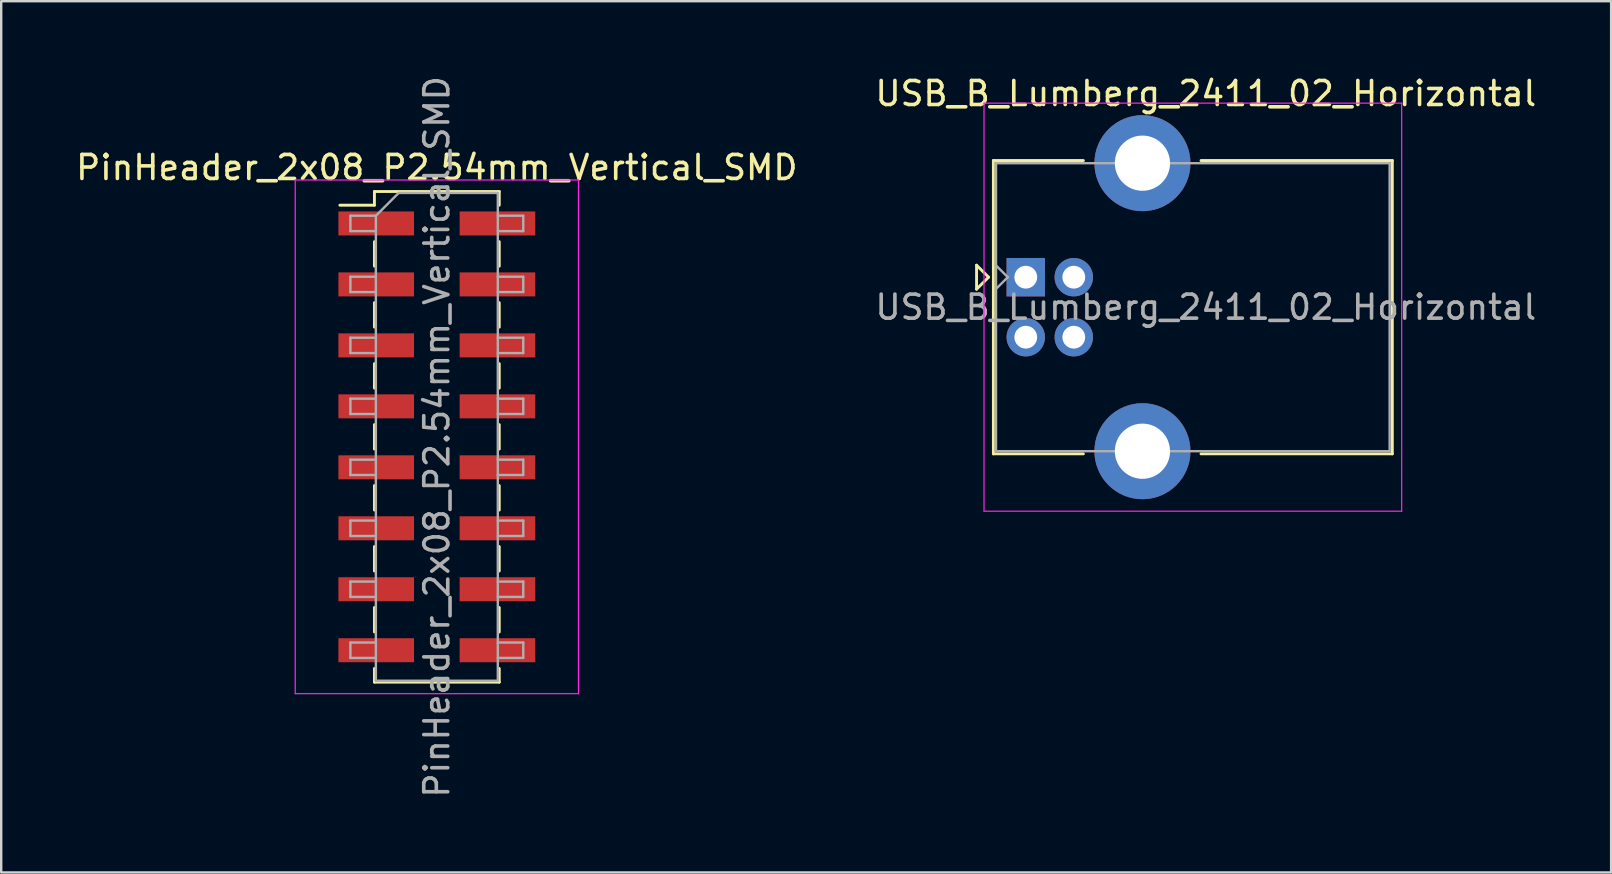
<source format=kicad_pcb>
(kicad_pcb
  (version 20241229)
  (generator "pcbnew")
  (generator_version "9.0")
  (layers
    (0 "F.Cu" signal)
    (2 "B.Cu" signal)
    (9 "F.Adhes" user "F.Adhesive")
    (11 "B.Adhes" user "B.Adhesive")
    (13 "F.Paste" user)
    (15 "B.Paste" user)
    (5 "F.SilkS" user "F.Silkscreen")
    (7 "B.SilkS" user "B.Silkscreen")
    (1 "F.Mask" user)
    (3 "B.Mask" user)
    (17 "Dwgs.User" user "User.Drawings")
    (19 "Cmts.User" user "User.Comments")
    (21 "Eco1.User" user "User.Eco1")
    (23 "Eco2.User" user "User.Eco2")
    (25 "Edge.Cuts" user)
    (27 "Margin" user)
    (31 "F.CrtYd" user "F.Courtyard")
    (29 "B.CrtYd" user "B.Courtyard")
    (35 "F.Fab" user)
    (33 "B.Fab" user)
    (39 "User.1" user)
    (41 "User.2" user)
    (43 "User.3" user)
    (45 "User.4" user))
  (footprint "USB_B_Lumberg_2411_02_Horizontal"
    (layer "F.Cu")
    (at 39.685 8.498)
    (property "Reference" "USB_B_Lumberg_2411_02_Horizontal" (at 7.5 -7.65 180) (layer "F.SilkS") (effects (font (size 1 1) (thickness 0.15))))
    (attr through_hole)
    (fp_line (start -2.05 -0.5) (end -2.05 0.5) (stroke (width 0.12) (type solid)) (layer "F.SilkS"))
    (fp_line (start -2.05 0.5) (end -1.55 0) (stroke (width 0.12) (type solid)) (layer "F.SilkS"))
    (fp_line (start -1.55 0) (end -2.05 -0.5) (stroke (width 0.12) (type solid)) (layer "F.SilkS"))
    (fp_line (start -1.35 -4.86) (end 2.4 -4.86) (stroke (width 0.12) (type solid)) (layer "F.SilkS"))
    (fp_line (start -1.35 7.36) (end -1.35 -4.86) (stroke (width 0.12) (type solid)) (layer "F.SilkS"))
    (fp_line (start -1.35 7.36) (end 2.4 7.36) (stroke (width 0.12) (type solid)) (layer "F.SilkS"))
    (fp_line (start 15.27 -4.86) (end 7.3 -4.86) (stroke (width 0.12) (type solid)) (layer "F.SilkS"))
    (fp_line (start 15.27 7.36) (end 7.3 7.36) (stroke (width 0.12) (type solid)) (layer "F.SilkS"))
    (fp_line (start 15.27 7.36) (end 15.27 -4.86) (stroke (width 0.12) (type solid)) (layer "F.SilkS"))
    (fp_line (start -1.74 -7.25) (end -1.74 9.75) (stroke (width 0.05) (type solid)) (layer "F.CrtYd"))
    (fp_line (start -1.74 9.75) (end 15.66 9.75) (stroke (width 0.05) (type solid)) (layer "F.CrtYd"))
    (fp_line (start 15.66 -7.25) (end -1.74 -7.25) (stroke (width 0.05) (type solid)) (layer "F.CrtYd"))
    (fp_line (start 15.66 9.75) (end 15.66 -7.25) (stroke (width 0.05) (type solid)) (layer "F.CrtYd"))
    (fp_line (start -1.24 -4.75) (end 15.16 -4.75) (stroke (width 0.1) (type solid)) (layer "F.Fab"))
    (fp_line (start -1.24 0.49) (end -0.75 0) (stroke (width 0.1) (type solid)) (layer "F.Fab"))
    (fp_line (start -1.24 7.25) (end -1.24 -4.75) (stroke (width 0.1) (type solid)) (layer "F.Fab"))
    (fp_line (start -0.75 0) (end -1.24 -0.49) (stroke (width 0.1) (type solid)) (layer "F.Fab"))
    (fp_line (start 15.16 -4.75) (end 15.16 7.25) (stroke (width 0.1) (type solid)) (layer "F.Fab"))
    (fp_line (start 15.16 7.25) (end -1.24 7.25) (stroke (width 0.1) (type solid)) (layer "F.Fab"))
    (fp_text user "${REFERENCE}" (at 7.5 1.25 0) (layer "F.Fab") (effects (font (size 1 1) (thickness 0.15))))
    (pad "1" thru_hole rect (at 0 0 90) (size 1.6 1.6) (drill 0.95) (layers "*.Cu" "*.Mask"))
    (pad "2" thru_hole circle (at 0 2.5 90) (size 1.6 1.6) (drill 0.95) (layers "*.Cu" "*.Mask"))
    (pad "3" thru_hole circle (at 2 2.5 90) (size 1.6 1.6) (drill 0.95) (layers "*.Cu" "*.Mask"))
    (pad "4" thru_hole circle (at 2 0 90) (size 1.6 1.6) (drill 0.95) (layers "*.Cu" "*.Mask"))
    (pad "5" thru_hole circle (at 4.86 -4.75 90) (size 4 4) (drill 2.3) (layers "*.Cu" "*.Mask"))
    (pad "5" thru_hole circle (at 4.86 7.25 90) (size 4 4) (drill 2.3) (layers "*.Cu" "*.Mask")))
  (footprint "PinHeader_2x08_P2.54mm_Vertical_SMD"
    (layer "F.Cu")
    (at 15.149 15.149)
    (property "Reference" "PinHeader_2x08_P2.54mm_Vertical_SMD" (at 0 -11.22 0) (layer "F.SilkS") (effects (font (size 1 1) (thickness 0.15))))
    (attr smd)
    (fp_line (start -4.04 -9.65) (end -2.6 -9.65) (stroke (width 0.12) (type solid)) (layer "F.SilkS"))
    (fp_line (start -2.6 -10.22) (end -2.6 -9.65) (stroke (width 0.12) (type solid)) (layer "F.SilkS"))
    (fp_line (start -2.6 -10.22) (end 2.6 -10.22) (stroke (width 0.12) (type solid)) (layer "F.SilkS"))
    (fp_line (start -2.6 -8.13) (end -2.6 -7.11) (stroke (width 0.12) (type solid)) (layer "F.SilkS"))
    (fp_line (start -2.6 -5.59) (end -2.6 -4.57) (stroke (width 0.12) (type solid)) (layer "F.SilkS"))
    (fp_line (start -2.6 -3.05) (end -2.6 -2.03) (stroke (width 0.12) (type solid)) (layer "F.SilkS"))
    (fp_line (start -2.6 -0.51) (end -2.6 0.51) (stroke (width 0.12) (type solid)) (layer "F.SilkS"))
    (fp_line (start -2.6 2.03) (end -2.6 3.05) (stroke (width 0.12) (type solid)) (layer "F.SilkS"))
    (fp_line (start -2.6 4.57) (end -2.6 5.59) (stroke (width 0.12) (type solid)) (layer "F.SilkS"))
    (fp_line (start -2.6 7.11) (end -2.6 8.13) (stroke (width 0.12) (type solid)) (layer "F.SilkS"))
    (fp_line (start -2.6 9.65) (end -2.6 10.22) (stroke (width 0.12) (type solid)) (layer "F.SilkS"))
    (fp_line (start -2.6 10.22) (end 2.6 10.22) (stroke (width 0.12) (type solid)) (layer "F.SilkS"))
    (fp_line (start 2.6 -10.22) (end 2.6 -9.65) (stroke (width 0.12) (type solid)) (layer "F.SilkS"))
    (fp_line (start 2.6 -8.13) (end 2.6 -7.11) (stroke (width 0.12) (type solid)) (layer "F.SilkS"))
    (fp_line (start 2.6 -5.59) (end 2.6 -4.57) (stroke (width 0.12) (type solid)) (layer "F.SilkS"))
    (fp_line (start 2.6 -3.05) (end 2.6 -2.03) (stroke (width 0.12) (type solid)) (layer "F.SilkS"))
    (fp_line (start 2.6 -0.51) (end 2.6 0.51) (stroke (width 0.12) (type solid)) (layer "F.SilkS"))
    (fp_line (start 2.6 2.03) (end 2.6 3.05) (stroke (width 0.12) (type solid)) (layer "F.SilkS"))
    (fp_line (start 2.6 4.57) (end 2.6 5.59) (stroke (width 0.12) (type solid)) (layer "F.SilkS"))
    (fp_line (start 2.6 7.11) (end 2.6 8.13) (stroke (width 0.12) (type solid)) (layer "F.SilkS"))
    (fp_line (start 2.6 9.65) (end 2.6 10.22) (stroke (width 0.12) (type solid)) (layer "F.SilkS"))
    (fp_line (start -5.9 -10.7) (end -5.9 10.7) (stroke (width 0.05) (type solid)) (layer "F.CrtYd"))
    (fp_line (start -5.9 10.7) (end 5.9 10.7) (stroke (width 0.05) (type solid)) (layer "F.CrtYd"))
    (fp_line (start 5.9 -10.7) (end -5.9 -10.7) (stroke (width 0.05) (type solid)) (layer "F.CrtYd"))
    (fp_line (start 5.9 10.7) (end 5.9 -10.7) (stroke (width 0.05) (type solid)) (layer "F.CrtYd"))
    (fp_line (start -3.6 -9.21) (end -3.6 -8.57) (stroke (width 0.1) (type solid)) (layer "F.Fab"))
    (fp_line (start -3.6 -8.57) (end -2.54 -8.57) (stroke (width 0.1) (type solid)) (layer "F.Fab"))
    (fp_line (start -3.6 -6.67) (end -3.6 -6.03) (stroke (width 0.1) (type solid)) (layer "F.Fab"))
    (fp_line (start -3.6 -6.03) (end -2.54 -6.03) (stroke (width 0.1) (type solid)) (layer "F.Fab"))
    (fp_line (start -3.6 -4.13) (end -3.6 -3.49) (stroke (width 0.1) (type solid)) (layer "F.Fab"))
    (fp_line (start -3.6 -3.49) (end -2.54 -3.49) (stroke (width 0.1) (type solid)) (layer "F.Fab"))
    (fp_line (start -3.6 -1.59) (end -3.6 -0.95) (stroke (width 0.1) (type solid)) (layer "F.Fab"))
    (fp_line (start -3.6 -0.95) (end -2.54 -0.95) (stroke (width 0.1) (type solid)) (layer "F.Fab"))
    (fp_line (start -3.6 0.95) (end -3.6 1.59) (stroke (width 0.1) (type solid)) (layer "F.Fab"))
    (fp_line (start -3.6 1.59) (end -2.54 1.59) (stroke (width 0.1) (type solid)) (layer "F.Fab"))
    (fp_line (start -3.6 3.49) (end -3.6 4.13) (stroke (width 0.1) (type solid)) (layer "F.Fab"))
    (fp_line (start -3.6 4.13) (end -2.54 4.13) (stroke (width 0.1) (type solid)) (layer "F.Fab"))
    (fp_line (start -3.6 6.03) (end -3.6 6.67) (stroke (width 0.1) (type solid)) (layer "F.Fab"))
    (fp_line (start -3.6 6.67) (end -2.54 6.67) (stroke (width 0.1) (type solid)) (layer "F.Fab"))
    (fp_line (start -3.6 8.57) (end -3.6 9.21) (stroke (width 0.1) (type solid)) (layer "F.Fab"))
    (fp_line (start -3.6 9.21) (end -2.54 9.21) (stroke (width 0.1) (type solid)) (layer "F.Fab"))
    (fp_line (start -2.54 -9.21) (end -3.6 -9.21) (stroke (width 0.1) (type solid)) (layer "F.Fab"))
    (fp_line (start -2.54 -9.21) (end -1.59 -10.16) (stroke (width 0.1) (type solid)) (layer "F.Fab"))
    (fp_line (start -2.54 -6.67) (end -3.6 -6.67) (stroke (width 0.1) (type solid)) (layer "F.Fab"))
    (fp_line (start -2.54 -4.13) (end -3.6 -4.13) (stroke (width 0.1) (type solid)) (layer "F.Fab"))
    (fp_line (start -2.54 -1.59) (end -3.6 -1.59) (stroke (width 0.1) (type solid)) (layer "F.Fab"))
    (fp_line (start -2.54 0.95) (end -3.6 0.95) (stroke (width 0.1) (type solid)) (layer "F.Fab"))
    (fp_line (start -2.54 3.49) (end -3.6 3.49) (stroke (width 0.1) (type solid)) (layer "F.Fab"))
    (fp_line (start -2.54 6.03) (end -3.6 6.03) (stroke (width 0.1) (type solid)) (layer "F.Fab"))
    (fp_line (start -2.54 8.57) (end -3.6 8.57) (stroke (width 0.1) (type solid)) (layer "F.Fab"))
    (fp_line (start -2.54 10.16) (end -2.54 -9.21) (stroke (width 0.1) (type solid)) (layer "F.Fab"))
    (fp_line (start -1.59 -10.16) (end 2.54 -10.16) (stroke (width 0.1) (type solid)) (layer "F.Fab"))
    (fp_line (start 2.54 -10.16) (end 2.54 10.16) (stroke (width 0.1) (type solid)) (layer "F.Fab"))
    (fp_line (start 2.54 -9.21) (end 3.6 -9.21) (stroke (width 0.1) (type solid)) (layer "F.Fab"))
    (fp_line (start 2.54 -6.67) (end 3.6 -6.67) (stroke (width 0.1) (type solid)) (layer "F.Fab"))
    (fp_line (start 2.54 -4.13) (end 3.6 -4.13) (stroke (width 0.1) (type solid)) (layer "F.Fab"))
    (fp_line (start 2.54 -1.59) (end 3.6 -1.59) (stroke (width 0.1) (type solid)) (layer "F.Fab"))
    (fp_line (start 2.54 0.95) (end 3.6 0.95) (stroke (width 0.1) (type solid)) (layer "F.Fab"))
    (fp_line (start 2.54 3.49) (end 3.6 3.49) (stroke (width 0.1) (type solid)) (layer "F.Fab"))
    (fp_line (start 2.54 6.03) (end 3.6 6.03) (stroke (width 0.1) (type solid)) (layer "F.Fab"))
    (fp_line (start 2.54 8.57) (end 3.6 8.57) (stroke (width 0.1) (type solid)) (layer "F.Fab"))
    (fp_line (start 2.54 10.16) (end -2.54 10.16) (stroke (width 0.1) (type solid)) (layer "F.Fab"))
    (fp_line (start 3.6 -9.21) (end 3.6 -8.57) (stroke (width 0.1) (type solid)) (layer "F.Fab"))
    (fp_line (start 3.6 -8.57) (end 2.54 -8.57) (stroke (width 0.1) (type solid)) (layer "F.Fab"))
    (fp_line (start 3.6 -6.67) (end 3.6 -6.03) (stroke (width 0.1) (type solid)) (layer "F.Fab"))
    (fp_line (start 3.6 -6.03) (end 2.54 -6.03) (stroke (width 0.1) (type solid)) (layer "F.Fab"))
    (fp_line (start 3.6 -4.13) (end 3.6 -3.49) (stroke (width 0.1) (type solid)) (layer "F.Fab"))
    (fp_line (start 3.6 -3.49) (end 2.54 -3.49) (stroke (width 0.1) (type solid)) (layer "F.Fab"))
    (fp_line (start 3.6 -1.59) (end 3.6 -0.95) (stroke (width 0.1) (type solid)) (layer "F.Fab"))
    (fp_line (start 3.6 -0.95) (end 2.54 -0.95) (stroke (width 0.1) (type solid)) (layer "F.Fab"))
    (fp_line (start 3.6 0.95) (end 3.6 1.59) (stroke (width 0.1) (type solid)) (layer "F.Fab"))
    (fp_line (start 3.6 1.59) (end 2.54 1.59) (stroke (width 0.1) (type solid)) (layer "F.Fab"))
    (fp_line (start 3.6 3.49) (end 3.6 4.13) (stroke (width 0.1) (type solid)) (layer "F.Fab"))
    (fp_line (start 3.6 4.13) (end 2.54 4.13) (stroke (width 0.1) (type solid)) (layer "F.Fab"))
    (fp_line (start 3.6 6.03) (end 3.6 6.67) (stroke (width 0.1) (type solid)) (layer "F.Fab"))
    (fp_line (start 3.6 6.67) (end 2.54 6.67) (stroke (width 0.1) (type solid)) (layer "F.Fab"))
    (fp_line (start 3.6 8.57) (end 3.6 9.21) (stroke (width 0.1) (type solid)) (layer "F.Fab"))
    (fp_line (start 3.6 9.21) (end 2.54 9.21) (stroke (width 0.1) (type solid)) (layer "F.Fab"))
    (fp_text user "${REFERENCE}" (at 0 0 90) (layer "F.Fab") (effects (font (size 1 1) (thickness 0.15))))
    (pad "1" smd rect (at -2.525 -8.89) (size 3.15 1) (layers "F.Cu" "F.Mask" "F.Paste"))
    (pad "2" smd rect (at -2.525 -6.35) (size 3.15 1) (layers "F.Cu" "F.Mask" "F.Paste"))
    (pad "3" smd rect (at -2.525 -3.81) (size 3.15 1) (layers "F.Cu" "F.Mask" "F.Paste"))
    (pad "4" smd rect (at -2.525 -1.27) (size 3.15 1) (layers "F.Cu" "F.Mask" "F.Paste"))
    (pad "5" smd rect (at -2.525 1.27) (size 3.15 1) (layers "F.Cu" "F.Mask" "F.Paste"))
    (pad "6" smd rect (at -2.525 3.81) (size 3.15 1) (layers "F.Cu" "F.Mask" "F.Paste"))
    (pad "7" smd rect (at -2.525 6.35) (size 3.15 1) (layers "F.Cu" "F.Mask" "F.Paste"))
    (pad "8" smd rect (at -2.525 8.89) (size 3.15 1) (layers "F.Cu" "F.Mask" "F.Paste"))
    (pad "9" smd rect (at 2.525 8.89) (size 3.15 1) (layers "F.Cu" "F.Mask" "F.Paste"))
    (pad "10" smd rect (at 2.525 6.35) (size 3.15 1) (layers "F.Cu" "F.Mask" "F.Paste"))
    (pad "11" smd rect (at 2.525 3.81) (size 3.15 1) (layers "F.Cu" "F.Mask" "F.Paste"))
    (pad "12" smd rect (at 2.525 1.27) (size 3.15 1) (layers "F.Cu" "F.Mask" "F.Paste"))
    (pad "13" smd rect (at 2.525 -1.27) (size 3.15 1) (layers "F.Cu" "F.Mask" "F.Paste"))
    (pad "14" smd rect (at 2.525 -3.81) (size 3.15 1) (layers "F.Cu" "F.Mask" "F.Paste"))
    (pad "15" smd rect (at 2.525 -6.35) (size 3.15 1) (layers "F.Cu" "F.Mask" "F.Paste"))
    (pad "16" smd rect (at 2.525 -8.89) (size 3.15 1) (layers "F.Cu" "F.Mask" "F.Paste")))
  (gr_rect
    (start -3 -3)
    (end 64.071 33.298)
    (stroke (width 0.1) (type default))
    (fill no)
    (layer "Edge.Cuts")))
</source>
